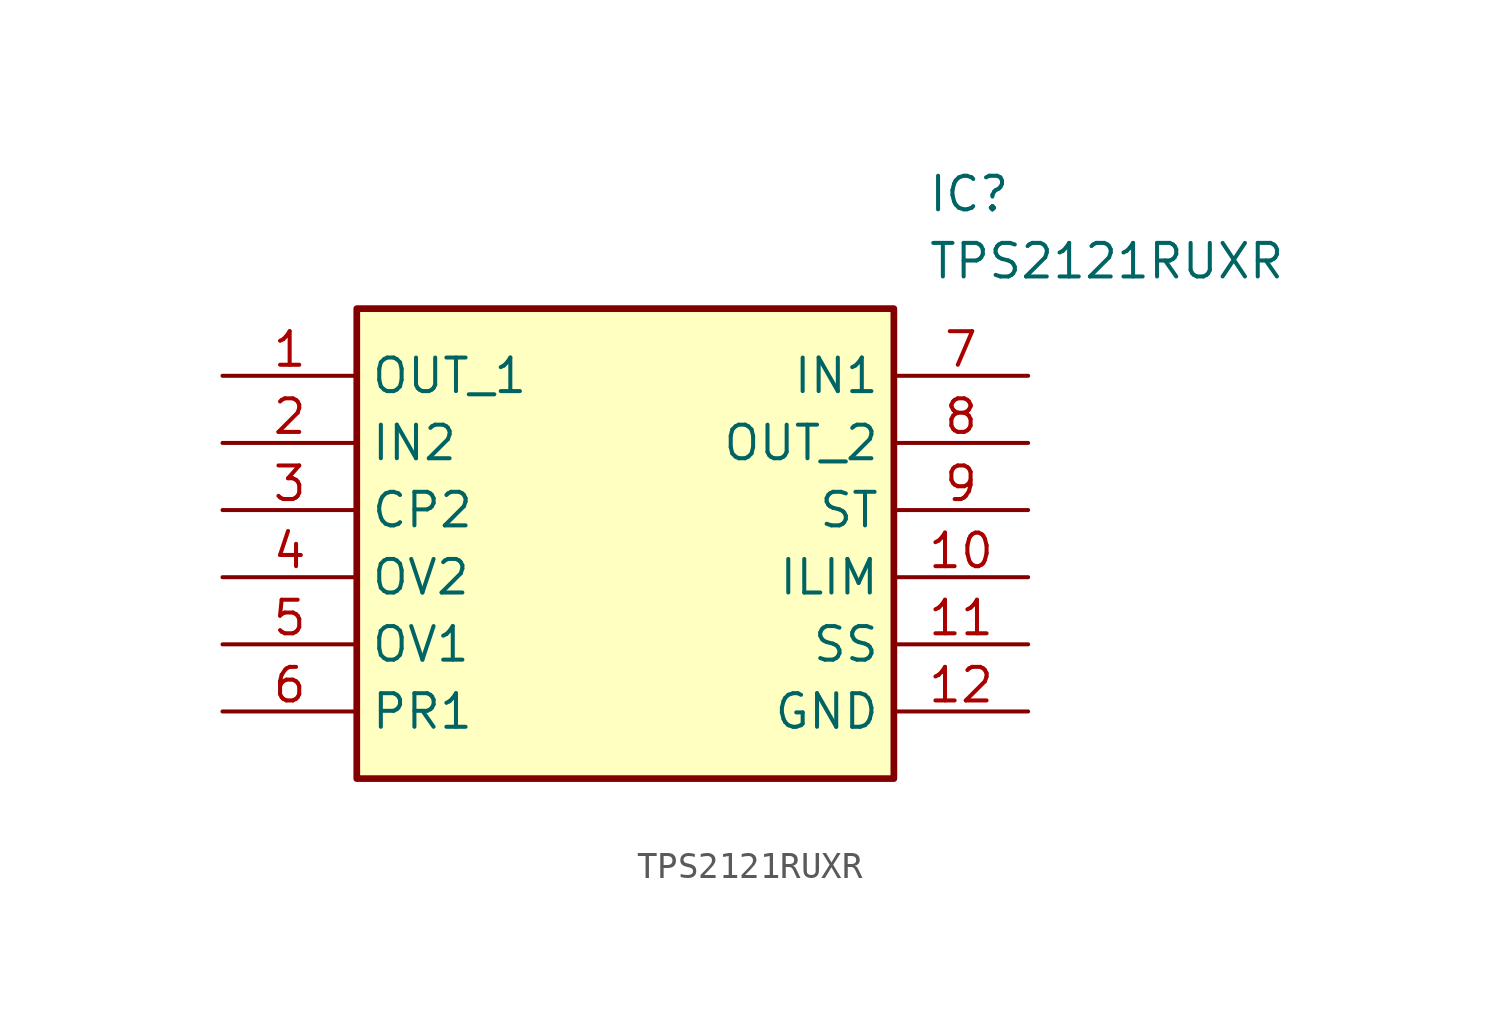
<source format=kicad_sym>
(kicad_symbol_lib
  (version 20231120)
  (generator "kicad_symbol_editor")
  (generator_version "8.0")
  (symbol "TPS2121RUXR"
    (property "Reference" "IC"
      (at 26.67 7.62 0)
      (effects (font (size 1.27 1.27)) (justify left top)))
    (property "Value" "TPS2121RUXR"
      (at 26.67 5.08 0)
      (effects (font (size 1.27 1.27)) (justify left top)))
    (symbol "TPS2121RUXR_1_1"
      (rectangle (start 5.08 2.54) (end 25.4 -15.24) (stroke (width 0.254) (type default)) (fill (type background)))
      (pin passive line (at 0 0 0) (length 5.08) (name "OUT_1" (effects (font (size 1.27 1.27)))) (number "1" (effects (font (size 1.27 1.27)))))
      (pin passive line (at 30.48 -7.62 180) (length 5.08) (name "ILIM" (effects (font (size 1.27 1.27)))) (number "10" (effects (font (size 1.27 1.27)))))
      (pin passive line (at 30.48 -10.16 180) (length 5.08) (name "SS" (effects (font (size 1.27 1.27)))) (number "11" (effects (font (size 1.27 1.27)))))
      (pin passive line (at 30.48 -12.7 180) (length 5.08) (name "GND" (effects (font (size 1.27 1.27)))) (number "12" (effects (font (size 1.27 1.27)))))
      (pin passive line (at 0 -2.54 0) (length 5.08) (name "IN2" (effects (font (size 1.27 1.27)))) (number "2" (effects (font (size 1.27 1.27)))))
      (pin passive line (at 0 -5.08 0) (length 5.08) (name "CP2" (effects (font (size 1.27 1.27)))) (number "3" (effects (font (size 1.27 1.27)))))
      (pin passive line (at 0 -7.62 0) (length 5.08) (name "OV2" (effects (font (size 1.27 1.27)))) (number "4" (effects (font (size 1.27 1.27)))))
      (pin passive line (at 0 -10.16 0) (length 5.08) (name "OV1" (effects (font (size 1.27 1.27)))) (number "5" (effects (font (size 1.27 1.27)))))
      (pin passive line (at 0 -12.7 0) (length 5.08) (name "PR1" (effects (font (size 1.27 1.27)))) (number "6" (effects (font (size 1.27 1.27)))))
      (pin passive line (at 30.48 0 180) (length 5.08) (name "IN1" (effects (font (size 1.27 1.27)))) (number "7" (effects (font (size 1.27 1.27)))))
      (pin passive line (at 30.48 -2.54 180) (length 5.08) (name "OUT_2" (effects (font (size 1.27 1.27)))) (number "8" (effects (font (size 1.27 1.27)))))
      (pin passive line (at 30.48 -5.08 180) (length 5.08) (name "ST" (effects (font (size 1.27 1.27)))) (number "9" (effects (font (size 1.27 1.27))))))))
</source>
